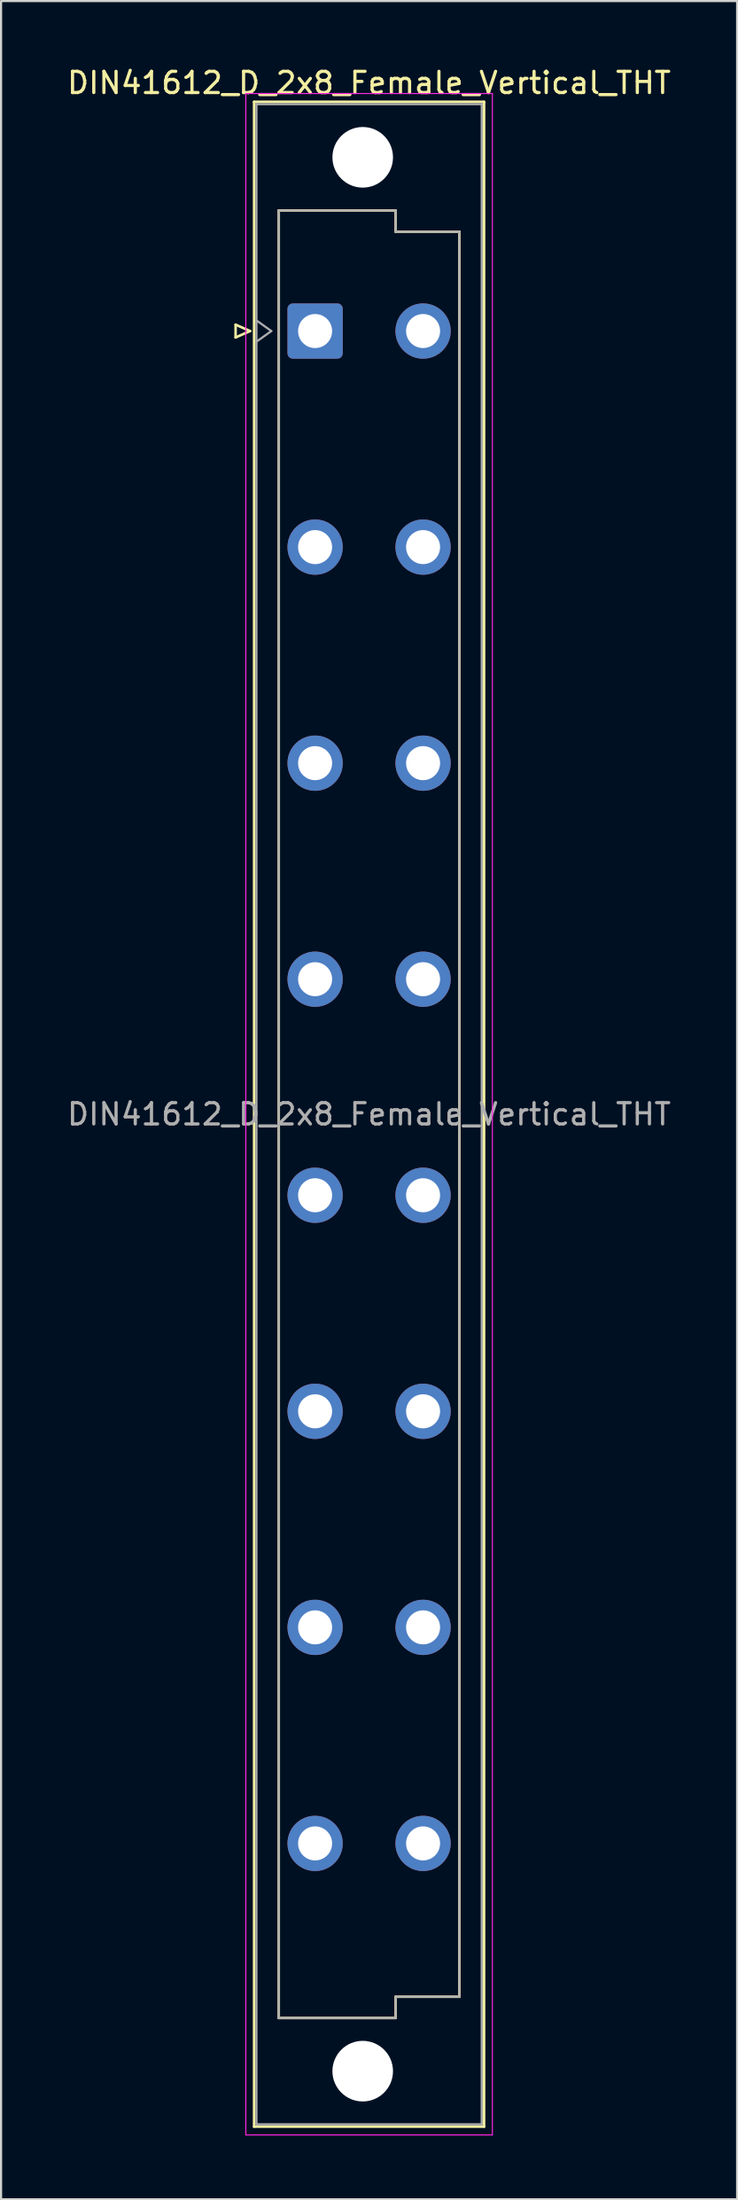
<source format=kicad_pcb>
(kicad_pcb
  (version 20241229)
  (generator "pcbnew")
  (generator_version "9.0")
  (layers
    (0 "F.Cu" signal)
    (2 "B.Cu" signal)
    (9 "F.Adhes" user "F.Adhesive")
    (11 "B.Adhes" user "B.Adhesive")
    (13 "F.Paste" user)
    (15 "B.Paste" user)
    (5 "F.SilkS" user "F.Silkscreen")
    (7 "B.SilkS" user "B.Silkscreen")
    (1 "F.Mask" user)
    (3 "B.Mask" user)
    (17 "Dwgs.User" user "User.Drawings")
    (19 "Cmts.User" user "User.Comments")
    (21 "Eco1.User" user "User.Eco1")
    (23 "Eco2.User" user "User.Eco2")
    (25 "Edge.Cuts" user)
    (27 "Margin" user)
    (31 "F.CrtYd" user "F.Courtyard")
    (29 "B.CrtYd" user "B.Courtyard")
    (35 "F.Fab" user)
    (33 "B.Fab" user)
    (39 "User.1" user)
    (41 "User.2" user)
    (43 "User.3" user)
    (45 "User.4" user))
  (footprint "DIN41612_D_2x8_Female_Vertical_THT"
    (layer "F.Cu")
    (at 11.775 9.978)
    (property "Reference" "DIN41612_D_2x8_Female_Vertical_THT" (at 2.54 -9.13 0) (layer "F.SilkS") (effects (font (size 1 1) (thickness 0.15))))
    (attr through_hole)
    (fp_line (start -3.74 2.24) (end -3.74 2.84) (stroke (width 0.12) (type solid)) (layer "F.SilkS"))
    (fp_line (start -3.74 2.84) (end -3.06 2.54) (stroke (width 0.12) (type solid)) (layer "F.SilkS"))
    (fp_line (start -3.06 2.54) (end -3.74 2.24) (stroke (width 0.12) (type solid)) (layer "F.SilkS"))
    (fp_line (start -2.87 -8.24) (end 7.95 -8.24) (stroke (width 0.12) (type solid)) (layer "F.SilkS"))
    (fp_line (start -2.87 86.98) (end -2.87 -8.24) (stroke (width 0.12) (type solid)) (layer "F.SilkS"))
    (fp_line (start -1.71 -3.13) (end 3.79 -3.13) (stroke (width 0.12) (type solid)) (layer "F.SilkS"))
    (fp_line (start -1.71 81.87) (end -1.71 -3.13) (stroke (width 0.12) (type solid)) (layer "F.SilkS"))
    (fp_line (start 3.79 -3.13) (end 3.79 -2.13) (stroke (width 0.12) (type solid)) (layer "F.SilkS"))
    (fp_line (start 3.79 -2.13) (end 6.79 -2.13) (stroke (width 0.12) (type solid)) (layer "F.SilkS"))
    (fp_line (start 3.79 80.87) (end 3.79 81.87) (stroke (width 0.12) (type solid)) (layer "F.SilkS"))
    (fp_line (start 3.79 81.87) (end -1.71 81.87) (stroke (width 0.12) (type solid)) (layer "F.SilkS"))
    (fp_line (start 6.79 -2.13) (end 6.79 80.87) (stroke (width 0.12) (type solid)) (layer "F.SilkS"))
    (fp_line (start 6.79 80.87) (end 3.79 80.87) (stroke (width 0.12) (type solid)) (layer "F.SilkS"))
    (fp_line (start 7.95 -8.24) (end 7.95 86.98) (stroke (width 0.12) (type solid)) (layer "F.SilkS"))
    (fp_line (start 7.95 86.98) (end -2.87 86.98) (stroke (width 0.12) (type solid)) (layer "F.SilkS"))
    (fp_line (start -3.26 -8.63) (end 8.34 -8.63) (stroke (width 0.05) (type solid)) (layer "F.CrtYd"))
    (fp_line (start -3.26 87.37) (end -3.26 -8.63) (stroke (width 0.05) (type solid)) (layer "F.CrtYd"))
    (fp_line (start 8.34 -8.63) (end 8.34 87.37) (stroke (width 0.05) (type solid)) (layer "F.CrtYd"))
    (fp_line (start 8.34 87.37) (end -3.26 87.37) (stroke (width 0.05) (type solid)) (layer "F.CrtYd"))
    (fp_line (start -2.76 -8.13) (end 7.84 -8.13) (stroke (width 0.1) (type solid)) (layer "F.Fab"))
    (fp_line (start -2.76 2.04) (end -2.06 2.54) (stroke (width 0.1) (type solid)) (layer "F.Fab"))
    (fp_line (start -2.76 86.87) (end -2.76 -8.13) (stroke (width 0.1) (type solid)) (layer "F.Fab"))
    (fp_line (start -2.06 2.54) (end -2.76 3.04) (stroke (width 0.1) (type solid)) (layer "F.Fab"))
    (fp_line (start -1.71 -3.13) (end 3.79 -3.13) (stroke (width 0.1) (type solid)) (layer "F.Fab"))
    (fp_line (start -1.71 81.87) (end -1.71 -3.13) (stroke (width 0.1) (type solid)) (layer "F.Fab"))
    (fp_line (start 3.79 -3.13) (end 3.79 -2.13) (stroke (width 0.1) (type solid)) (layer "F.Fab"))
    (fp_line (start 3.79 -2.13) (end 6.79 -2.13) (stroke (width 0.1) (type solid)) (layer "F.Fab"))
    (fp_line (start 3.79 80.87) (end 3.79 81.87) (stroke (width 0.1) (type solid)) (layer "F.Fab"))
    (fp_line (start 3.79 81.87) (end -1.71 81.87) (stroke (width 0.1) (type solid)) (layer "F.Fab"))
    (fp_line (start 6.79 -2.13) (end 6.79 80.87) (stroke (width 0.1) (type solid)) (layer "F.Fab"))
    (fp_line (start 6.79 80.87) (end 3.79 80.87) (stroke (width 0.1) (type solid)) (layer "F.Fab"))
    (fp_line (start 7.84 -8.13) (end 7.84 86.87) (stroke (width 0.1) (type solid)) (layer "F.Fab"))
    (fp_line (start 7.84 86.87) (end -2.76 86.87) (stroke (width 0.1) (type solid)) (layer "F.Fab"))
    (fp_text user "${REFERENCE}" (at 2.54 39.37 0) (layer "F.Fab") (effects (font (size 1 1) (thickness 0.15))))
    (pad "" np_thru_hole circle (at 2.24 -5.63) (size 2.85 2.85) (drill 2.85) (layers "*.Cu" "*.Mask"))
    (pad "" np_thru_hole circle (at 2.24 84.37) (size 2.85 2.85) (drill 2.85) (layers "*.Cu" "*.Mask"))
    (pad "a2" thru_hole roundrect (at 0 2.54) (size 2.6 2.6) (drill 1.6) (layers "*.Cu" "*.Mask") (roundrect_rratio 0.096))
    (pad "a6" thru_hole circle (at 0 12.7) (size 2.6 2.6) (drill 1.6) (layers "*.Cu" "*.Mask"))
    (pad "a10" thru_hole circle (at 0 22.86) (size 2.6 2.6) (drill 1.6) (layers "*.Cu" "*.Mask"))
    (pad "a14" thru_hole circle (at 0 33.02) (size 2.6 2.6) (drill 1.6) (layers "*.Cu" "*.Mask"))
    (pad "a18" thru_hole circle (at 0 43.18) (size 2.6 2.6) (drill 1.6) (layers "*.Cu" "*.Mask"))
    (pad "a22" thru_hole circle (at 0 53.34) (size 2.6 2.6) (drill 1.6) (layers "*.Cu" "*.Mask"))
    (pad "a26" thru_hole circle (at 0 63.5) (size 2.6 2.6) (drill 1.6) (layers "*.Cu" "*.Mask"))
    (pad "a30" thru_hole circle (at 0 73.66) (size 2.6 2.6) (drill 1.6) (layers "*.Cu" "*.Mask"))
    (pad "c2" thru_hole circle (at 5.08 2.54) (size 2.6 2.6) (drill 1.6) (layers "*.Cu" "*.Mask"))
    (pad "c6" thru_hole circle (at 5.08 12.7) (size 2.6 2.6) (drill 1.6) (layers "*.Cu" "*.Mask"))
    (pad "c10" thru_hole circle (at 5.08 22.86) (size 2.6 2.6) (drill 1.6) (layers "*.Cu" "*.Mask"))
    (pad "c14" thru_hole circle (at 5.08 33.02) (size 2.6 2.6) (drill 1.6) (layers "*.Cu" "*.Mask"))
    (pad "c18" thru_hole circle (at 5.08 43.18) (size 2.6 2.6) (drill 1.6) (layers "*.Cu" "*.Mask"))
    (pad "c22" thru_hole circle (at 5.08 53.34) (size 2.6 2.6) (drill 1.6) (layers "*.Cu" "*.Mask"))
    (pad "c26" thru_hole circle (at 5.08 63.5) (size 2.6 2.6) (drill 1.6) (layers "*.Cu" "*.Mask"))
    (pad "c30" thru_hole circle (at 5.08 73.66) (size 2.6 2.6) (drill 1.6) (layers "*.Cu" "*.Mask")))
  (gr_rect
    (start -3 -3)
    (end 31.631 100.373)
    (stroke (width 0.1) (type default))
    (fill no)
    (layer "Edge.Cuts")))
</source>
